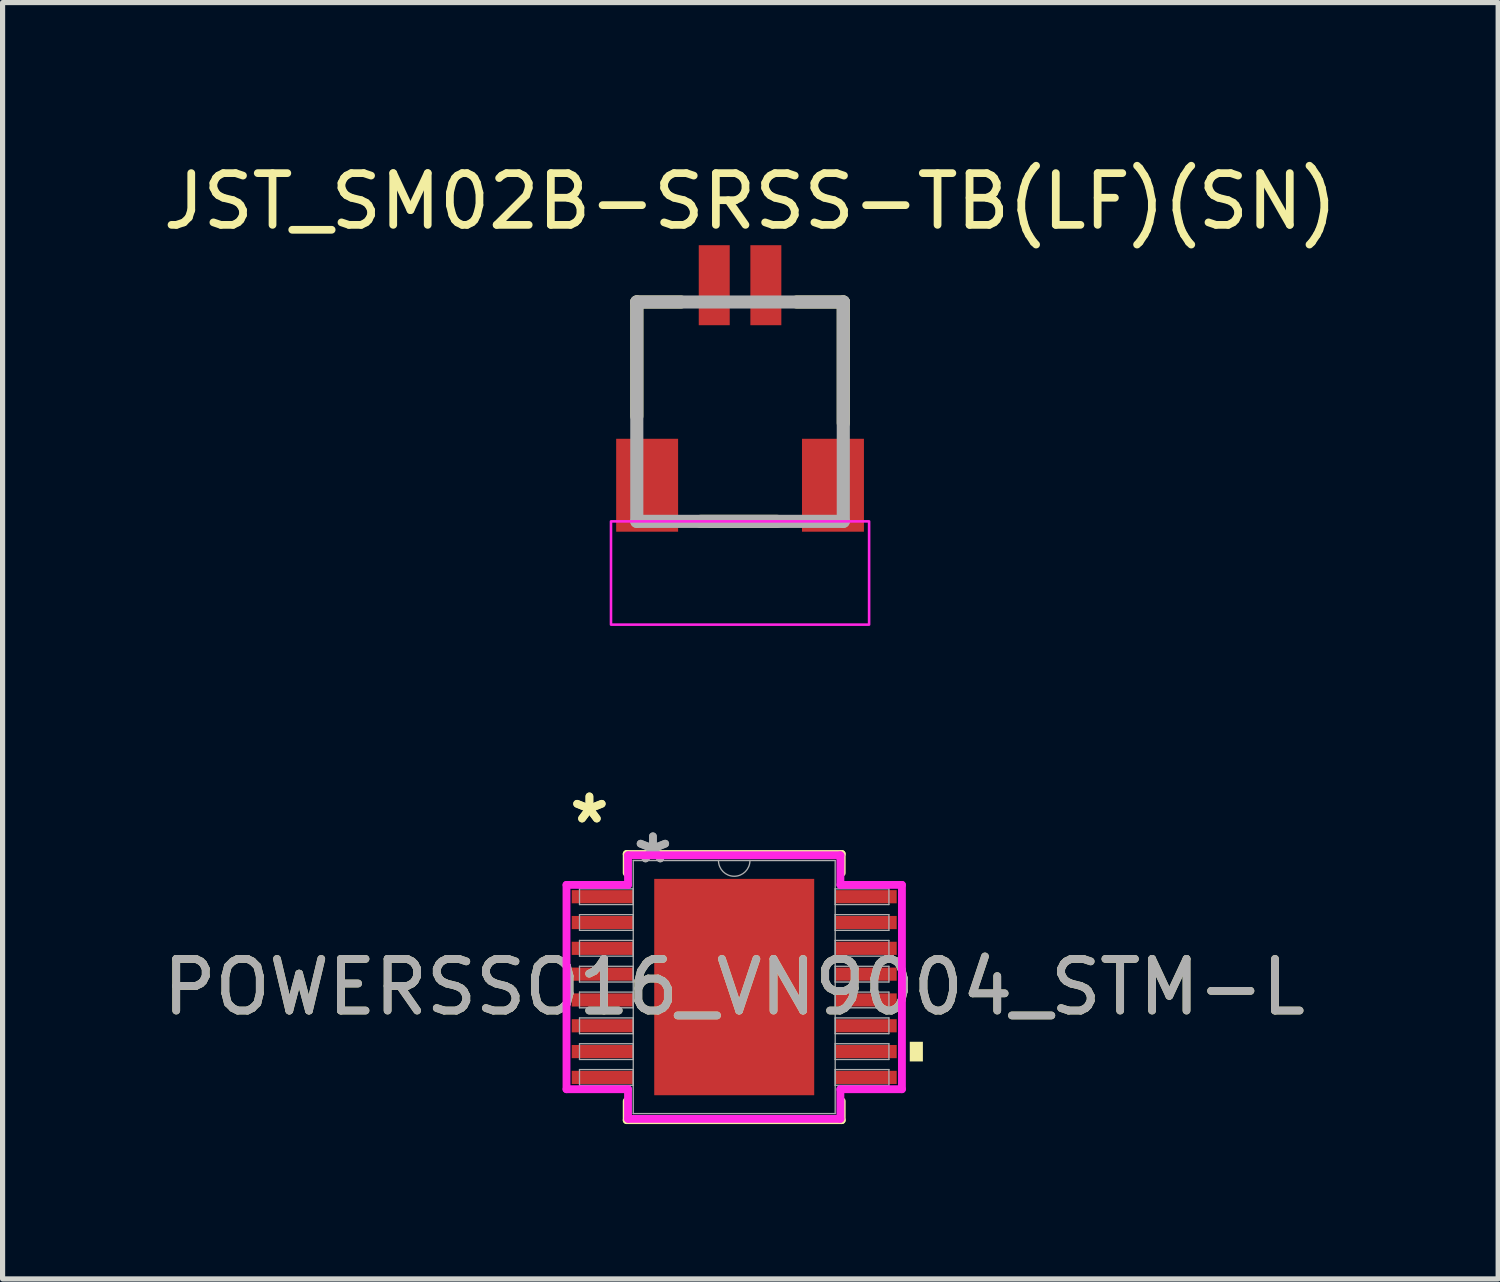
<source format=kicad_pcb>
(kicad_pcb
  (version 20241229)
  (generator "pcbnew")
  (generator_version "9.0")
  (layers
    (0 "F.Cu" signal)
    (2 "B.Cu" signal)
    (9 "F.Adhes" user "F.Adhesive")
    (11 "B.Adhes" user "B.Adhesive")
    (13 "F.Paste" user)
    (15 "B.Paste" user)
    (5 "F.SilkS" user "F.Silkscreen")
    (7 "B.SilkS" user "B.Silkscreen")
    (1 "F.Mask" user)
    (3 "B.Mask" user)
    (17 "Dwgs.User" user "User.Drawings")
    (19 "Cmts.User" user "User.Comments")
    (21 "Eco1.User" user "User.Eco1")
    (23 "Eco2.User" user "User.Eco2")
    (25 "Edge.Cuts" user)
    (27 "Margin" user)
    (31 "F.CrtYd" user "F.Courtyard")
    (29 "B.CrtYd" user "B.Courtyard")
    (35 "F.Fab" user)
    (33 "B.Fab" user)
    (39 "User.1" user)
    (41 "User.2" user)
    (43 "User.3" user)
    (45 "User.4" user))
  (footprint "POWERSSO16_VN9004_STM-L"
    (layer "F.Cu")
    (at 11.173 16.071)
    (property "Reference" "POWERSSO16_VN9004_STM-L" (at 0 0 0) (unlocked yes) (layer "F.SilkS") (effects (font (size 1 1) (thickness 0.15))))
    (attr smd)
    (fp_line (start -2.083 -2.578) (end -2.083 -2.211) (stroke (width 0.152) (type solid)) (layer "F.SilkS"))
    (fp_line (start -2.083 2.211) (end -2.083 2.578) (stroke (width 0.152) (type solid)) (layer "F.SilkS"))
    (fp_line (start -2.083 2.578) (end 2.083 2.578) (stroke (width 0.152) (type solid)) (layer "F.SilkS"))
    (fp_line (start 2.083 -2.578) (end -2.083 -2.578) (stroke (width 0.152) (type solid)) (layer "F.SilkS"))
    (fp_line (start 2.083 -2.211) (end 2.083 -2.578) (stroke (width 0.152) (type solid)) (layer "F.SilkS"))
    (fp_line (start 2.083 2.578) (end 2.083 2.211) (stroke (width 0.152) (type solid)) (layer "F.SilkS"))
    (fp_poly (pts (xy 3.655 1.06) (xy 3.655 1.441) (xy 3.401 1.441) (xy 3.401 1.06)) (stroke (width 0) (type solid)) (fill yes) (layer "F.SilkS"))
    (fp_poly (pts (xy -1.449 -1.996) (xy -1.449 -0.798) (xy -0.1 -0.798) (xy -0.1 -1.996)) (stroke (width 0) (type solid)) (fill yes) (layer "F.Paste"))
    (fp_poly (pts (xy -1.449 -0.599) (xy -1.449 0.599) (xy -0.1 0.599) (xy -0.1 -0.599)) (stroke (width 0) (type solid)) (fill yes) (layer "F.Paste"))
    (fp_poly (pts (xy -1.449 0.798) (xy -1.449 1.996) (xy -0.1 1.996) (xy -0.1 0.798)) (stroke (width 0) (type solid)) (fill yes) (layer "F.Paste"))
    (fp_poly (pts (xy 0.1 -1.996) (xy 0.1 -0.798) (xy 1.449 -0.798) (xy 1.449 -1.996)) (stroke (width 0) (type solid)) (fill yes) (layer "F.Paste"))
    (fp_poly (pts (xy 0.1 -0.599) (xy 0.1 0.599) (xy 1.449 0.599) (xy 1.449 -0.599)) (stroke (width 0) (type solid)) (fill yes) (layer "F.Paste"))
    (fp_poly (pts (xy 0.1 0.798) (xy 0.1 1.996) (xy 1.449 1.996) (xy 1.449 0.798)) (stroke (width 0) (type solid)) (fill yes) (layer "F.Paste"))
    (fp_line (start -3.249 -1.979) (end -2.057 -1.979) (stroke (width 0.152) (type solid)) (layer "F.CrtYd"))
    (fp_line (start -3.249 1.979) (end -3.249 -1.979) (stroke (width 0.152) (type solid)) (layer "F.CrtYd"))
    (fp_line (start -3.249 1.979) (end -2.057 1.979) (stroke (width 0.152) (type solid)) (layer "F.CrtYd"))
    (fp_line (start -2.057 -2.553) (end 2.057 -2.553) (stroke (width 0.152) (type solid)) (layer "F.CrtYd"))
    (fp_line (start -2.057 -1.979) (end -2.057 -2.553) (stroke (width 0.152) (type solid)) (layer "F.CrtYd"))
    (fp_line (start -2.057 2.553) (end -2.057 1.979) (stroke (width 0.152) (type solid)) (layer "F.CrtYd"))
    (fp_line (start 2.057 -2.553) (end 2.057 -1.979) (stroke (width 0.152) (type solid)) (layer "F.CrtYd"))
    (fp_line (start 2.057 1.979) (end 2.057 2.553) (stroke (width 0.152) (type solid)) (layer "F.CrtYd"))
    (fp_line (start 2.057 2.553) (end -2.057 2.553) (stroke (width 0.152) (type solid)) (layer "F.CrtYd"))
    (fp_line (start 3.249 -1.979) (end 2.057 -1.979) (stroke (width 0.152) (type solid)) (layer "F.CrtYd"))
    (fp_line (start 3.249 -1.979) (end 3.249 1.979) (stroke (width 0.152) (type solid)) (layer "F.CrtYd"))
    (fp_line (start 3.249 1.979) (end 2.057 1.979) (stroke (width 0.152) (type solid)) (layer "F.CrtYd"))
    (fp_line (start -2.997 -1.903) (end -2.997 -1.598) (stroke (width 0.025) (type solid)) (layer "F.Fab"))
    (fp_line (start -2.997 -1.598) (end -1.956 -1.598) (stroke (width 0.025) (type solid)) (layer "F.Fab"))
    (fp_line (start -2.997 -1.403) (end -2.997 -1.098) (stroke (width 0.025) (type solid)) (layer "F.Fab"))
    (fp_line (start -2.997 -1.098) (end -1.956 -1.098) (stroke (width 0.025) (type solid)) (layer "F.Fab"))
    (fp_line (start -2.997 -0.903) (end -2.997 -0.598) (stroke (width 0.025) (type solid)) (layer "F.Fab"))
    (fp_line (start -2.997 -0.598) (end -1.956 -0.598) (stroke (width 0.025) (type solid)) (layer "F.Fab"))
    (fp_line (start -2.997 -0.402) (end -2.997 -0.098) (stroke (width 0.025) (type solid)) (layer "F.Fab"))
    (fp_line (start -2.997 -0.098) (end -1.956 -0.098) (stroke (width 0.025) (type solid)) (layer "F.Fab"))
    (fp_line (start -2.997 0.098) (end -2.997 0.402) (stroke (width 0.025) (type solid)) (layer "F.Fab"))
    (fp_line (start -2.997 0.402) (end -1.956 0.402) (stroke (width 0.025) (type solid)) (layer "F.Fab"))
    (fp_line (start -2.997 0.598) (end -2.997 0.903) (stroke (width 0.025) (type solid)) (layer "F.Fab"))
    (fp_line (start -2.997 0.903) (end -1.956 0.903) (stroke (width 0.025) (type solid)) (layer "F.Fab"))
    (fp_line (start -2.997 1.098) (end -2.997 1.403) (stroke (width 0.025) (type solid)) (layer "F.Fab"))
    (fp_line (start -2.997 1.403) (end -1.956 1.403) (stroke (width 0.025) (type solid)) (layer "F.Fab"))
    (fp_line (start -2.997 1.598) (end -2.997 1.903) (stroke (width 0.025) (type solid)) (layer "F.Fab"))
    (fp_line (start -2.997 1.903) (end -1.956 1.903) (stroke (width 0.025) (type solid)) (layer "F.Fab"))
    (fp_line (start -1.956 -2.451) (end -1.956 2.451) (stroke (width 0.025) (type solid)) (layer "F.Fab"))
    (fp_line (start -1.956 -1.903) (end -2.997 -1.903) (stroke (width 0.025) (type solid)) (layer "F.Fab"))
    (fp_line (start -1.956 -1.598) (end -1.956 -1.903) (stroke (width 0.025) (type solid)) (layer "F.Fab"))
    (fp_line (start -1.956 -1.403) (end -2.997 -1.403) (stroke (width 0.025) (type solid)) (layer "F.Fab"))
    (fp_line (start -1.956 -1.098) (end -1.956 -1.403) (stroke (width 0.025) (type solid)) (layer "F.Fab"))
    (fp_line (start -1.956 -0.903) (end -2.997 -0.903) (stroke (width 0.025) (type solid)) (layer "F.Fab"))
    (fp_line (start -1.956 -0.598) (end -1.956 -0.903) (stroke (width 0.025) (type solid)) (layer "F.Fab"))
    (fp_line (start -1.956 -0.402) (end -2.997 -0.402) (stroke (width 0.025) (type solid)) (layer "F.Fab"))
    (fp_line (start -1.956 -0.098) (end -1.956 -0.402) (stroke (width 0.025) (type solid)) (layer "F.Fab"))
    (fp_line (start -1.956 0.098) (end -2.997 0.098) (stroke (width 0.025) (type solid)) (layer "F.Fab"))
    (fp_line (start -1.956 0.402) (end -1.956 0.098) (stroke (width 0.025) (type solid)) (layer "F.Fab"))
    (fp_line (start -1.956 0.598) (end -2.997 0.598) (stroke (width 0.025) (type solid)) (layer "F.Fab"))
    (fp_line (start -1.956 0.903) (end -1.956 0.598) (stroke (width 0.025) (type solid)) (layer "F.Fab"))
    (fp_line (start -1.956 1.098) (end -2.997 1.098) (stroke (width 0.025) (type solid)) (layer "F.Fab"))
    (fp_line (start -1.956 1.403) (end -1.956 1.098) (stroke (width 0.025) (type solid)) (layer "F.Fab"))
    (fp_line (start -1.956 1.598) (end -2.997 1.598) (stroke (width 0.025) (type solid)) (layer "F.Fab"))
    (fp_line (start -1.956 1.903) (end -1.956 1.598) (stroke (width 0.025) (type solid)) (layer "F.Fab"))
    (fp_line (start -1.956 2.451) (end 1.956 2.451) (stroke (width 0.025) (type solid)) (layer "F.Fab"))
    (fp_line (start 1.956 -2.451) (end -1.956 -2.451) (stroke (width 0.025) (type solid)) (layer "F.Fab"))
    (fp_line (start 1.956 -1.903) (end 1.956 -1.598) (stroke (width 0.025) (type solid)) (layer "F.Fab"))
    (fp_line (start 1.956 -1.598) (end 2.997 -1.598) (stroke (width 0.025) (type solid)) (layer "F.Fab"))
    (fp_line (start 1.956 -1.403) (end 1.956 -1.098) (stroke (width 0.025) (type solid)) (layer "F.Fab"))
    (fp_line (start 1.956 -1.098) (end 2.997 -1.098) (stroke (width 0.025) (type solid)) (layer "F.Fab"))
    (fp_line (start 1.956 -0.903) (end 1.956 -0.598) (stroke (width 0.025) (type solid)) (layer "F.Fab"))
    (fp_line (start 1.956 -0.598) (end 2.997 -0.598) (stroke (width 0.025) (type solid)) (layer "F.Fab"))
    (fp_line (start 1.956 -0.402) (end 1.956 -0.098) (stroke (width 0.025) (type solid)) (layer "F.Fab"))
    (fp_line (start 1.956 -0.098) (end 2.997 -0.098) (stroke (width 0.025) (type solid)) (layer "F.Fab"))
    (fp_line (start 1.956 0.098) (end 1.956 0.402) (stroke (width 0.025) (type solid)) (layer "F.Fab"))
    (fp_line (start 1.956 0.402) (end 2.997 0.402) (stroke (width 0.025) (type solid)) (layer "F.Fab"))
    (fp_line (start 1.956 0.598) (end 1.956 0.903) (stroke (width 0.025) (type solid)) (layer "F.Fab"))
    (fp_line (start 1.956 0.903) (end 2.997 0.903) (stroke (width 0.025) (type solid)) (layer "F.Fab"))
    (fp_line (start 1.956 1.098) (end 1.956 1.403) (stroke (width 0.025) (type solid)) (layer "F.Fab"))
    (fp_line (start 1.956 1.403) (end 2.997 1.403) (stroke (width 0.025) (type solid)) (layer "F.Fab"))
    (fp_line (start 1.956 1.598) (end 1.956 1.903) (stroke (width 0.025) (type solid)) (layer "F.Fab"))
    (fp_line (start 1.956 1.903) (end 2.997 1.903) (stroke (width 0.025) (type solid)) (layer "F.Fab"))
    (fp_line (start 1.956 2.451) (end 1.956 -2.451) (stroke (width 0.025) (type solid)) (layer "F.Fab"))
    (fp_line (start 2.997 -1.903) (end 1.956 -1.903) (stroke (width 0.025) (type solid)) (layer "F.Fab"))
    (fp_line (start 2.997 -1.598) (end 2.997 -1.903) (stroke (width 0.025) (type solid)) (layer "F.Fab"))
    (fp_line (start 2.997 -1.403) (end 1.956 -1.403) (stroke (width 0.025) (type solid)) (layer "F.Fab"))
    (fp_line (start 2.997 -1.098) (end 2.997 -1.403) (stroke (width 0.025) (type solid)) (layer "F.Fab"))
    (fp_line (start 2.997 -0.903) (end 1.956 -0.903) (stroke (width 0.025) (type solid)) (layer "F.Fab"))
    (fp_line (start 2.997 -0.598) (end 2.997 -0.903) (stroke (width 0.025) (type solid)) (layer "F.Fab"))
    (fp_line (start 2.997 -0.402) (end 1.956 -0.402) (stroke (width 0.025) (type solid)) (layer "F.Fab"))
    (fp_line (start 2.997 -0.098) (end 2.997 -0.402) (stroke (width 0.025) (type solid)) (layer "F.Fab"))
    (fp_line (start 2.997 0.098) (end 1.956 0.098) (stroke (width 0.025) (type solid)) (layer "F.Fab"))
    (fp_line (start 2.997 0.402) (end 2.997 0.098) (stroke (width 0.025) (type solid)) (layer "F.Fab"))
    (fp_line (start 2.997 0.598) (end 1.956 0.598) (stroke (width 0.025) (type solid)) (layer "F.Fab"))
    (fp_line (start 2.997 0.903) (end 2.997 0.598) (stroke (width 0.025) (type solid)) (layer "F.Fab"))
    (fp_line (start 2.997 1.098) (end 1.956 1.098) (stroke (width 0.025) (type solid)) (layer "F.Fab"))
    (fp_line (start 2.997 1.403) (end 2.997 1.098) (stroke (width 0.025) (type solid)) (layer "F.Fab"))
    (fp_line (start 2.997 1.598) (end 1.956 1.598) (stroke (width 0.025) (type solid)) (layer "F.Fab"))
    (fp_line (start 2.997 1.903) (end 2.997 1.598) (stroke (width 0.025) (type solid)) (layer "F.Fab"))
    (fp_arc (start 0.3048 -2.4511) (mid 0 -2.1463) (end -0.3048 -2.4511) (stroke (width 0.0254) (type solid)) (layer "F.Fab"))
    (fp_text user "*" (at -2.805 -3.148 0) (unlocked yes) (layer "F.SilkS") (effects (font (size 1 1) (thickness 0.15))))
    (fp_text user "*" (at -2.805 -3.148 0) (layer "F.SilkS") (effects (font (size 1 1) (thickness 0.15))))
    (fp_text user "*" (at -1.575 -2.375 0) (unlocked yes) (layer "F.Fab") (effects (font (size 1 1) (thickness 0.15))))
    (fp_text user "${REFERENCE}" (at 0 0 0) (unlocked yes) (layer "F.Fab") (effects (font (size 1 1) (thickness 0.15))))
    (fp_text user "*" (at -1.575 -2.375 0) (layer "F.Fab") (effects (font (size 1 1) (thickness 0.15))))
    (pad "1" smd rect (at -2.552 -1.75) (size 1.191 0.255) (layers "F.Cu" "F.Mask" "F.Paste"))
    (pad "2" smd rect (at -2.552 -1.25) (size 1.191 0.255) (layers "F.Cu" "F.Mask" "F.Paste"))
    (pad "3" smd rect (at -2.552 -0.75) (size 1.191 0.255) (layers "F.Cu" "F.Mask" "F.Paste"))
    (pad "4" smd rect (at -2.552 -0.25) (size 1.191 0.255) (layers "F.Cu" "F.Mask" "F.Paste"))
    (pad "5" smd rect (at -2.552 0.25) (size 1.191 0.255) (layers "F.Cu" "F.Mask" "F.Paste"))
    (pad "6" smd rect (at -2.552 0.75) (size 1.191 0.255) (layers "F.Cu" "F.Mask" "F.Paste"))
    (pad "7" smd rect (at -2.552 1.25) (size 1.191 0.255) (layers "F.Cu" "F.Mask" "F.Paste"))
    (pad "8" smd rect (at -2.552 1.75) (size 1.191 0.255) (layers "F.Cu" "F.Mask" "F.Paste"))
    (pad "9" smd rect (at 2.552 1.75) (size 1.191 0.255) (layers "F.Cu" "F.Mask" "F.Paste"))
    (pad "10" smd rect (at 2.552 1.25) (size 1.191 0.255) (layers "F.Cu" "F.Mask" "F.Paste"))
    (pad "11" smd rect (at 2.552 0.75) (size 1.191 0.255) (layers "F.Cu" "F.Mask" "F.Paste"))
    (pad "12" smd rect (at 2.552 0.25) (size 1.191 0.255) (layers "F.Cu" "F.Mask" "F.Paste"))
    (pad "13" smd rect (at 2.552 -0.25) (size 1.191 0.255) (layers "F.Cu" "F.Mask" "F.Paste"))
    (pad "14" smd rect (at 2.552 -0.75) (size 1.191 0.255) (layers "F.Cu" "F.Mask" "F.Paste"))
    (pad "15" smd rect (at 2.552 -1.25) (size 1.191 0.255) (layers "F.Cu" "F.Mask" "F.Paste"))
    (pad "16" smd rect (at 2.552 -1.75) (size 1.191 0.255) (layers "F.Cu" "F.Mask" "F.Paste"))
    (pad "EPAD" smd rect (at 0 0) (size 3.099 4.191) (layers "F.Cu" "F.Mask")))
  (footprint "JST_SM02B-SRSS-TB(LF)(SN)"
    (layer "F.Cu")
    (at 11.286 4.45)
    (property "Reference" "JST_SM02B-SRSS-TB(LF)(SN)" (at 0.2 -3.6 0) (layer "F.SilkS") (effects (font (size 1.002 1.002) (thickness 0.15))))
    (attr smd)
    (fp_line (start -2 -1.65) (end -2 0.563) (stroke (width 0.254) (type solid)) (layer "F.SilkS"))
    (fp_line (start -2 -1.65) (end -1.145 -1.65) (stroke (width 0.254) (type solid)) (layer "F.SilkS"))
    (fp_line (start -0.767 2.6) (end 0.722 2.6) (stroke (width 0.254) (type solid)) (layer "F.SilkS"))
    (fp_line (start 2 -1.65) (end 1.1 -1.65) (stroke (width 0.254) (type solid)) (layer "F.SilkS"))
    (fp_line (start 2 -1.65) (end 2 0.697) (stroke (width 0.254) (type solid)) (layer "F.SilkS"))
    (fp_rect (start -2.5 2.6) (end 2.5 4.6) (stroke (width 0.05) (type solid)) (fill no) (layer "F.CrtYd"))
    (fp_line (start -2 -1.65) (end 2 -1.65) (stroke (width 0.254) (type solid)) (layer "F.Fab"))
    (fp_line (start -2 2.6) (end -2 -1.65) (stroke (width 0.254) (type solid)) (layer "F.Fab"))
    (fp_line (start 2 -1.65) (end 2 2.6) (stroke (width 0.254) (type solid)) (layer "F.Fab"))
    (fp_line (start 2 2.6) (end -2 2.6) (stroke (width 0.254) (type solid)) (layer "F.Fab"))
    (pad "1" smd rect (at -0.5 -1.975 90) (size 1.55 0.6) (layers "F.Cu" "F.Mask" "F.Paste"))
    (pad "2" smd rect (at 0.5 -1.975 90) (size 1.55 0.6) (layers "F.Cu" "F.Mask" "F.Paste"))
    (pad "S1" smd rect (at -1.8 1.9 90) (size 1.8 1.2) (layers "F.Cu" "F.Mask" "F.Paste"))
    (pad "S2" smd rect (at 1.8 1.9 90) (size 1.8 1.2) (layers "F.Cu" "F.Mask" "F.Paste")))
  (gr_rect
    (start -3 -3)
    (end 25.972 21.725)
    (stroke (width 0.1) (type default))
    (fill no)
    (layer "Edge.Cuts")))
</source>
